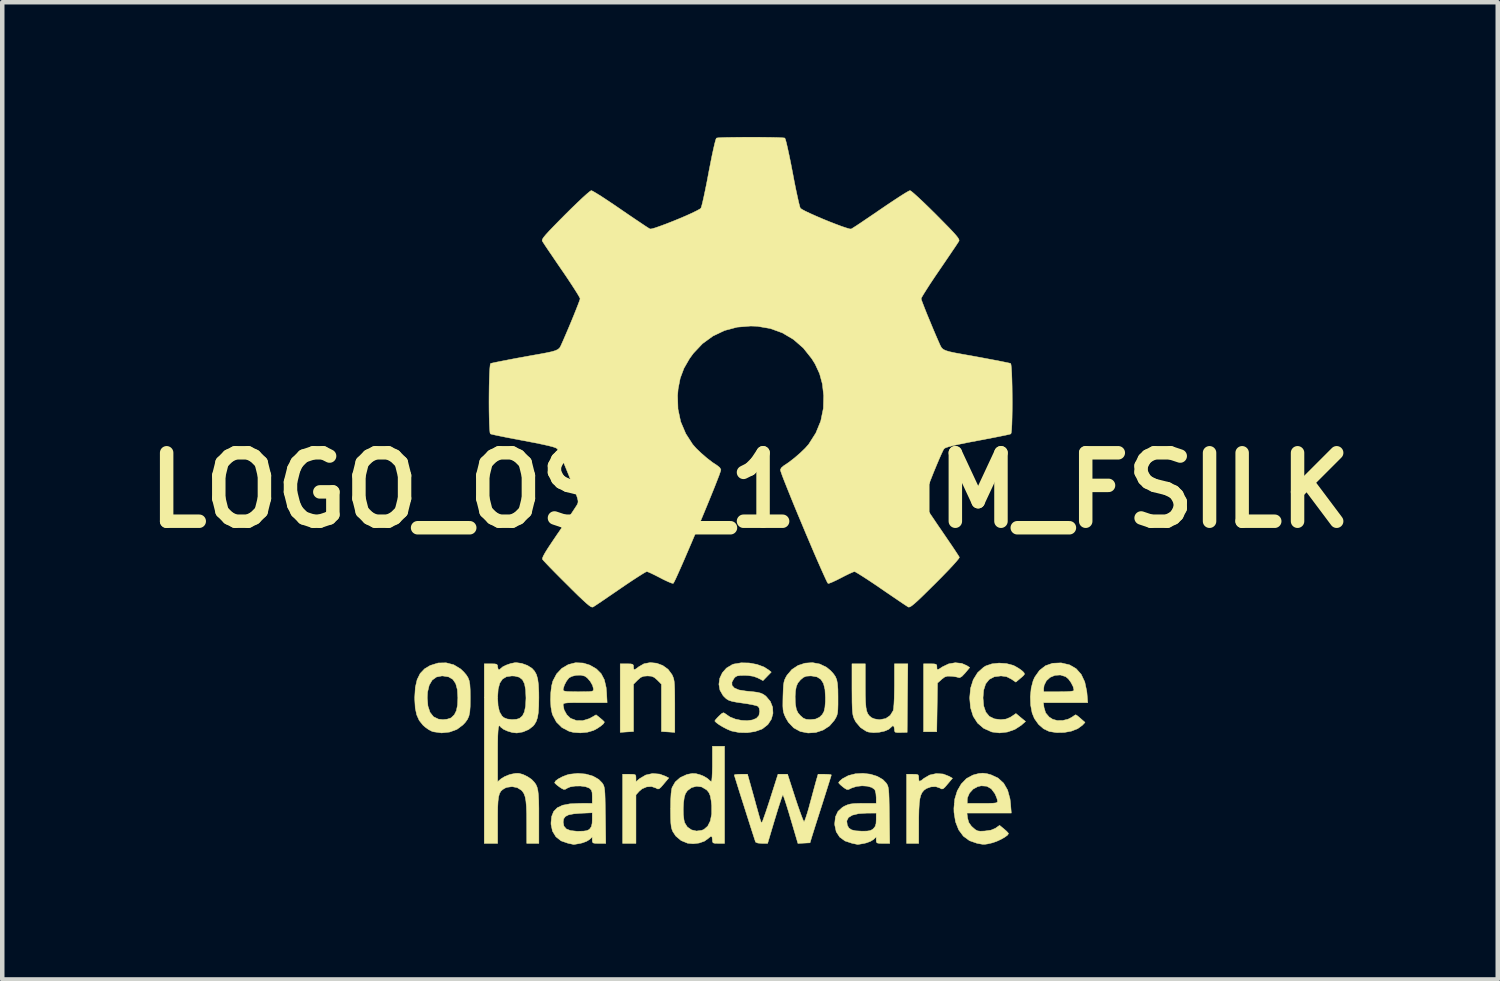
<source format=kicad_pcb>
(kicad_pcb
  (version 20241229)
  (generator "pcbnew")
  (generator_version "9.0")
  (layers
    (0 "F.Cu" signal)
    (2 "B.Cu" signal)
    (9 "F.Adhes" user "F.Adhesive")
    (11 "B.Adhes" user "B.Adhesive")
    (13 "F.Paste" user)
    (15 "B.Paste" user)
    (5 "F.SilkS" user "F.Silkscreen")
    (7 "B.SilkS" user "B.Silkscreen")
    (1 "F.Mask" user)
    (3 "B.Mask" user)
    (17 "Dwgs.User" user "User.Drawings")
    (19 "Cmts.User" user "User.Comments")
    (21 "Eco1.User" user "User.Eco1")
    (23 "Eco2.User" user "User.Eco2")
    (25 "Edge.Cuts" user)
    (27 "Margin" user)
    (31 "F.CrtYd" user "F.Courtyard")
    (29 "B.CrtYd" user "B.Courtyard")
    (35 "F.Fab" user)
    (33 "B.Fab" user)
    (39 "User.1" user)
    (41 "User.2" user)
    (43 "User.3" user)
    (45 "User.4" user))
  (footprint "LOGO_OSH_15MM_FSILK"
    (layer "F.Cu")
    (at 13.651 7.867)
    (property "Reference" "LOGO_OSH_15MM_FSILK" (at 0 0 0) (layer "F.SilkS") (effects (font (size 1.524 1.524) (thickness 0.3))))
    (attr through_hole)
    (fp_poly (pts (xy -2.012 6.32) (xy -1.885 6.367) (xy -1.809 6.406) (xy -1.921 6.539) (xy -1.982 6.61) (xy -2.022 6.645) (xy -2.052 6.652) (xy -2.086 6.636) (xy -2.098 6.629) (xy -2.192 6.597) (xy -2.3 6.604) (xy -2.404 6.648) (xy -2.466 6.7) (xy -2.54 6.783) (xy -2.54 7.863) (xy -2.837 7.863) (xy -2.837 6.323) (xy -2.689 6.323) (xy -2.604 6.324) (xy -2.559 6.333) (xy -2.543 6.357) (xy -2.54 6.404) (xy -2.54 6.49) (xy -2.458 6.421) (xy -2.323 6.341) (xy -2.171 6.307) (xy -2.012 6.32)) (stroke (width 0.01) (type solid)) (fill yes) (layer "F.SilkS"))
    (fp_poly (pts (xy 4.715 3.855) (xy 4.827 3.904) (xy 4.892 3.947) (xy 4.791 4.068) (xy 4.72 4.143) (xy 4.669 4.173) (xy 4.648 4.171) (xy 4.597 4.157) (xy 4.517 4.144) (xy 4.482 4.141) (xy 4.396 4.139) (xy 4.335 4.158) (xy 4.269 4.207) (xy 4.266 4.211) (xy 4.175 4.292) (xy 4.158 5.377) (xy 3.864 5.377) (xy 3.864 3.864) (xy 4.013 3.864) (xy 4.098 3.866) (xy 4.142 3.875) (xy 4.159 3.898) (xy 4.161 3.932) (xy 4.163 3.978) (xy 4.177 3.994) (xy 4.213 3.979) (xy 4.283 3.933) (xy 4.284 3.932) (xy 4.422 3.866) (xy 4.571 3.84) (xy 4.715 3.855)) (stroke (width 0.01) (type solid)) (fill yes) (layer "F.SilkS"))
    (fp_poly (pts (xy 4.301 6.318) (xy 4.436 6.371) (xy 4.508 6.413) (xy 4.399 6.542) (xy 4.339 6.612) (xy 4.3 6.646) (xy 4.269 6.652) (xy 4.234 6.635) (xy 4.225 6.629) (xy 4.136 6.599) (xy 4.03 6.604) (xy 3.929 6.64) (xy 3.872 6.681) (xy 3.833 6.728) (xy 3.804 6.788) (xy 3.783 6.866) (xy 3.769 6.973) (xy 3.761 7.114) (xy 3.757 7.297) (xy 3.757 7.411) (xy 3.756 7.863) (xy 3.486 7.863) (xy 3.486 6.323) (xy 3.621 6.323) (xy 3.701 6.325) (xy 3.741 6.336) (xy 3.754 6.364) (xy 3.756 6.404) (xy 3.76 6.462) (xy 3.777 6.48) (xy 3.818 6.459) (xy 3.868 6.418) (xy 3.999 6.341) (xy 4.148 6.308) (xy 4.301 6.318)) (stroke (width 0.01) (type solid)) (fill yes) (layer "F.SilkS"))
    (fp_poly (pts (xy -2.079 3.851) (xy -1.943 3.902) (xy -1.825 3.987) (xy -1.738 4.104) (xy -1.733 4.114) (xy -1.714 4.157) (xy -1.699 4.202) (xy -1.689 4.257) (xy -1.682 4.331) (xy -1.678 4.432) (xy -1.676 4.567) (xy -1.675 4.746) (xy -1.675 4.812) (xy -1.675 5.391) (xy -1.824 5.381) (xy -1.973 5.372) (xy -1.973 4.318) (xy -2.064 4.226) (xy -2.132 4.167) (xy -2.197 4.14) (xy -2.283 4.134) (xy -2.371 4.141) (xy -2.436 4.168) (xy -2.502 4.226) (xy -2.594 4.318) (xy -2.594 5.372) (xy -2.743 5.381) (xy -2.891 5.391) (xy -2.891 3.864) (xy -2.743 3.864) (xy -2.658 3.866) (xy -2.613 3.875) (xy -2.596 3.898) (xy -2.594 3.932) (xy -2.59 3.982) (xy -2.57 3.994) (xy -2.527 3.969) (xy -2.482 3.933) (xy -2.361 3.863) (xy -2.223 3.837) (xy -2.079 3.851)) (stroke (width 0.01) (type solid)) (fill yes) (layer "F.SilkS"))
    (fp_poly (pts (xy 5.71 3.859) (xy 5.859 3.898) (xy 5.897 3.916) (xy 5.982 3.965) (xy 6.053 4.016) (xy 6.078 4.038) (xy 6.107 4.072) (xy 6.11 4.099) (xy 6.082 4.133) (xy 6.024 4.183) (xy 5.918 4.272) (xy 5.817 4.203) (xy 5.711 4.15) (xy 5.591 4.134) (xy 5.586 4.134) (xy 5.438 4.153) (xy 5.326 4.212) (xy 5.247 4.311) (xy 5.202 4.452) (xy 5.188 4.622) (xy 5.203 4.802) (xy 5.25 4.939) (xy 5.329 5.035) (xy 5.443 5.09) (xy 5.583 5.107) (xy 5.7 5.095) (xy 5.796 5.055) (xy 5.821 5.039) (xy 5.921 4.971) (xy 6.028 5.06) (xy 6.135 5.148) (xy 6.037 5.234) (xy 5.897 5.325) (xy 5.731 5.383) (xy 5.555 5.403) (xy 5.39 5.383) (xy 5.377 5.379) (xy 5.203 5.301) (xy 5.067 5.184) (xy 4.969 5.031) (xy 4.91 4.841) (xy 4.891 4.625) (xy 4.911 4.407) (xy 4.971 4.218) (xy 5.068 4.061) (xy 5.199 3.943) (xy 5.251 3.911) (xy 5.386 3.865) (xy 5.546 3.848) (xy 5.71 3.859)) (stroke (width 0.01) (type solid)) (fill yes) (layer "F.SilkS"))
    (fp_poly (pts (xy 2.567 4.365) (xy 2.568 4.564) (xy 2.573 4.717) (xy 2.582 4.832) (xy 2.598 4.915) (xy 2.622 4.976) (xy 2.656 5.022) (xy 2.701 5.06) (xy 2.708 5.065) (xy 2.773 5.091) (xy 2.863 5.106) (xy 2.893 5.107) (xy 3.021 5.083) (xy 3.122 5.013) (xy 3.189 4.904) (xy 3.197 4.854) (xy 3.205 4.761) (xy 3.211 4.635) (xy 3.214 4.485) (xy 3.216 4.349) (xy 3.216 3.864) (xy 3.514 3.864) (xy 3.506 4.627) (xy 3.499 5.391) (xy 3.357 5.394) (xy 3.275 5.394) (xy 3.233 5.386) (xy 3.218 5.361) (xy 3.216 5.32) (xy 3.205 5.26) (xy 3.179 5.243) (xy 3.146 5.272) (xy 3.087 5.324) (xy 2.991 5.364) (xy 2.873 5.389) (xy 2.751 5.397) (xy 2.639 5.384) (xy 2.589 5.367) (xy 2.463 5.285) (xy 2.359 5.164) (xy 2.321 5.094) (xy 2.304 5.05) (xy 2.291 5) (xy 2.282 4.933) (xy 2.276 4.843) (xy 2.272 4.721) (xy 2.271 4.558) (xy 2.27 4.425) (xy 2.27 3.864) (xy 2.567 3.864) (xy 2.567 4.365)) (stroke (width 0.01) (type solid)) (fill yes) (layer "F.SilkS"))
    (fp_poly (pts (xy -6.597 3.886) (xy -6.444 3.979) (xy -6.371 4.049) (xy -6.317 4.113) (xy -6.279 4.173) (xy -6.253 4.241) (xy -6.238 4.328) (xy -6.231 4.444) (xy -6.229 4.6) (xy -6.229 4.648) (xy -6.231 4.812) (xy -6.24 4.934) (xy -6.259 5.026) (xy -6.291 5.1) (xy -6.34 5.168) (xy -6.395 5.226) (xy -6.528 5.325) (xy -6.69 5.384) (xy -6.867 5.403) (xy -7.047 5.378) (xy -7.079 5.369) (xy -7.152 5.332) (xy -7.237 5.271) (xy -7.285 5.227) (xy -7.367 5.124) (xy -7.422 5.001) (xy -7.455 4.847) (xy -7.466 4.654) (xy -7.466 4.621) (xy -7.187 4.621) (xy -7.172 4.805) (xy -7.125 4.946) (xy -7.048 5.043) (xy -6.938 5.096) (xy -6.84 5.107) (xy -6.747 5.098) (xy -6.67 5.074) (xy -6.653 5.065) (xy -6.584 4.998) (xy -6.538 4.906) (xy -6.513 4.781) (xy -6.506 4.621) (xy -6.517 4.439) (xy -6.554 4.304) (xy -6.618 4.21) (xy -6.712 4.155) (xy -6.839 4.135) (xy -6.86 4.134) (xy -6.982 4.158) (xy -7.077 4.227) (xy -7.143 4.339) (xy -7.18 4.493) (xy -7.187 4.621) (xy -7.466 4.621) (xy -7.466 4.607) (xy -7.453 4.39) (xy -7.413 4.217) (xy -7.346 4.081) (xy -7.247 3.976) (xy -7.123 3.902) (xy -6.945 3.846) (xy -6.767 3.842) (xy -6.597 3.886)) (stroke (width 0.01) (type solid)) (fill yes) (layer "F.SilkS"))
    (fp_poly (pts (xy 6.939 3.846) (xy 7.116 3.888) (xy 7.262 3.973) (xy 7.375 4.1) (xy 7.454 4.268) (xy 7.498 4.475) (xy 7.503 4.519) (xy 7.52 4.729) (xy 6.532 4.729) (xy 6.547 4.839) (xy 6.583 4.958) (xy 6.661 5.049) (xy 6.739 5.099) (xy 6.84 5.127) (xy 6.962 5.126) (xy 7.081 5.098) (xy 7.161 5.057) (xy 7.216 5.019) (xy 7.251 4.999) (xy 7.253 4.999) (xy 7.28 5.015) (xy 7.332 5.057) (xy 7.363 5.084) (xy 7.46 5.169) (xy 7.401 5.232) (xy 7.297 5.308) (xy 7.157 5.363) (xy 6.995 5.393) (xy 6.825 5.396) (xy 6.664 5.371) (xy 6.538 5.312) (xy 6.424 5.212) (xy 6.332 5.082) (xy 6.282 4.96) (xy 6.249 4.785) (xy 6.242 4.596) (xy 6.26 4.415) (xy 6.539 4.415) (xy 6.539 4.486) (xy 6.877 4.486) (xy 7.027 4.484) (xy 7.128 4.479) (xy 7.188 4.47) (xy 7.213 4.457) (xy 7.214 4.452) (xy 7.195 4.373) (xy 7.148 4.281) (xy 7.088 4.199) (xy 7.029 4.15) (xy 6.91 4.113) (xy 6.791 4.121) (xy 6.684 4.165) (xy 6.6 4.241) (xy 6.549 4.342) (xy 6.539 4.415) (xy 6.26 4.415) (xy 6.26 4.409) (xy 6.303 4.244) (xy 6.339 4.162) (xy 6.446 4.011) (xy 6.579 3.907) (xy 6.737 3.852) (xy 6.921 3.844) (xy 6.939 3.846)) (stroke (width 0.01) (type solid)) (fill yes) (layer "F.SilkS"))
    (fp_poly (pts (xy 5.276 6.311) (xy 5.367 6.336) (xy 5.524 6.409) (xy 5.648 6.523) (xy 5.736 6.677) (xy 5.789 6.871) (xy 5.801 6.972) (xy 5.818 7.188) (xy 4.83 7.188) (xy 4.845 7.302) (xy 4.871 7.397) (xy 4.928 7.478) (xy 4.96 7.508) (xy 5.018 7.558) (xy 5.068 7.584) (xy 5.129 7.592) (xy 5.223 7.588) (xy 5.226 7.588) (xy 5.366 7.568) (xy 5.466 7.526) (xy 5.475 7.519) (xy 5.557 7.461) (xy 5.656 7.542) (xy 5.715 7.594) (xy 5.75 7.634) (xy 5.756 7.645) (xy 5.732 7.681) (xy 5.671 7.726) (xy 5.586 7.774) (xy 5.49 7.818) (xy 5.397 7.85) (xy 5.384 7.853) (xy 5.293 7.874) (xy 5.232 7.883) (xy 5.178 7.883) (xy 5.109 7.871) (xy 5.055 7.861) (xy 4.888 7.803) (xy 4.75 7.702) (xy 4.646 7.561) (xy 4.576 7.382) (xy 4.542 7.17) (xy 4.54 7.08) (xy 4.557 6.894) (xy 4.837 6.894) (xy 4.837 6.971) (xy 5.175 6.971) (xy 5.315 6.971) (xy 5.411 6.968) (xy 5.469 6.962) (xy 5.5 6.951) (xy 5.511 6.935) (xy 5.512 6.923) (xy 5.501 6.871) (xy 5.471 6.795) (xy 5.452 6.754) (xy 5.373 6.648) (xy 5.271 6.59) (xy 5.148 6.581) (xy 5.069 6.599) (xy 4.967 6.655) (xy 4.887 6.743) (xy 4.842 6.846) (xy 4.837 6.894) (xy 4.557 6.894) (xy 4.559 6.876) (xy 4.615 6.693) (xy 4.704 6.539) (xy 4.82 6.419) (xy 4.961 6.343) (xy 4.983 6.336) (xy 5.095 6.307) (xy 5.184 6.299) (xy 5.276 6.311)) (stroke (width 0.01) (type solid)) (fill yes) (layer "F.SilkS"))
    (fp_poly (pts (xy -0.567 7.863) (xy -0.703 7.863) (xy -0.783 7.861) (xy -0.822 7.851) (xy -0.836 7.822) (xy -0.838 7.782) (xy -0.846 7.719) (xy -0.872 7.706) (xy -0.92 7.742) (xy -0.931 7.754) (xy -1.016 7.814) (xy -1.134 7.855) (xy -1.266 7.871) (xy -1.39 7.859) (xy -1.534 7.8) (xy -1.653 7.7) (xy -1.719 7.601) (xy -1.739 7.551) (xy -1.754 7.492) (xy -1.763 7.413) (xy -1.768 7.304) (xy -1.77 7.155) (xy -1.77 7.107) (xy -1.769 7.092) (xy -1.487 7.092) (xy -1.484 7.227) (xy -1.47 7.344) (xy -1.456 7.402) (xy -1.396 7.498) (xy -1.304 7.562) (xy -1.192 7.588) (xy -1.074 7.572) (xy -1.026 7.552) (xy -0.942 7.479) (xy -0.884 7.363) (xy -0.854 7.209) (xy -0.854 7.022) (xy -0.865 6.914) (xy -0.884 6.809) (xy -0.912 6.738) (xy -0.955 6.683) (xy -0.972 6.668) (xy -1.076 6.606) (xy -1.19 6.591) (xy -1.301 6.62) (xy -1.394 6.689) (xy -1.439 6.756) (xy -1.464 6.838) (xy -1.48 6.956) (xy -1.487 7.092) (xy -1.769 7.092) (xy -1.767 6.907) (xy -1.758 6.752) (xy -1.743 6.646) (xy -1.734 6.615) (xy -1.665 6.495) (xy -1.555 6.398) (xy -1.415 6.333) (xy -1.382 6.324) (xy -1.285 6.306) (xy -1.206 6.31) (xy -1.112 6.335) (xy -1.025 6.371) (xy -0.954 6.413) (xy -0.931 6.432) (xy -0.887 6.472) (xy -0.86 6.485) (xy -0.852 6.46) (xy -0.846 6.39) (xy -0.841 6.285) (xy -0.838 6.154) (xy -0.838 6.093) (xy -0.838 5.701) (xy -0.567 5.701) (xy -0.567 7.863)) (stroke (width 0.01) (type solid)) (fill yes) (layer "F.SilkS"))
    (fp_poly (pts (xy 1.551 3.868) (xy 1.701 3.94) (xy 1.793 4.015) (xy 1.856 4.084) (xy 1.901 4.148) (xy 1.931 4.22) (xy 1.948 4.311) (xy 1.957 4.431) (xy 1.959 4.592) (xy 1.959 4.623) (xy 1.959 4.771) (xy 1.956 4.876) (xy 1.95 4.951) (xy 1.937 5.006) (xy 1.917 5.054) (xy 1.887 5.106) (xy 1.878 5.121) (xy 1.77 5.247) (xy 1.628 5.339) (xy 1.466 5.393) (xy 1.293 5.405) (xy 1.123 5.372) (xy 1.121 5.372) (xy 0.974 5.292) (xy 0.855 5.167) (xy 0.797 5.069) (xy 0.767 5.004) (xy 0.747 4.946) (xy 0.736 4.884) (xy 0.731 4.803) (xy 0.732 4.69) (xy 0.734 4.589) (xy 1.005 4.589) (xy 1.008 4.721) (xy 1.013 4.775) (xy 1.032 4.879) (xy 1.067 4.954) (xy 1.121 5.018) (xy 1.186 5.074) (xy 1.248 5.1) (xy 1.335 5.107) (xy 1.345 5.107) (xy 1.459 5.095) (xy 1.543 5.056) (xy 1.552 5.049) (xy 1.609 4.994) (xy 1.647 4.926) (xy 1.668 4.834) (xy 1.678 4.706) (xy 1.679 4.616) (xy 1.669 4.437) (xy 1.636 4.303) (xy 1.578 4.211) (xy 1.492 4.156) (xy 1.374 4.135) (xy 1.342 4.134) (xy 1.253 4.14) (xy 1.189 4.166) (xy 1.124 4.221) (xy 1.121 4.224) (xy 1.064 4.293) (xy 1.031 4.369) (xy 1.013 4.467) (xy 1.005 4.589) (xy 0.734 4.589) (xy 0.734 4.586) (xy 0.739 4.444) (xy 0.745 4.343) (xy 0.756 4.271) (xy 0.773 4.214) (xy 0.799 4.161) (xy 0.824 4.118) (xy 0.932 3.991) (xy 1.069 3.901) (xy 1.224 3.85) (xy 1.389 3.838) (xy 1.551 3.868)) (stroke (width 0.01) (type solid)) (fill yes) (layer "F.SilkS"))
    (fp_poly (pts (xy -3.716 3.847) (xy -3.567 3.893) (xy -3.421 3.978) (xy -3.315 4.084) (xy -3.244 4.219) (xy -3.204 4.391) (xy -3.194 4.506) (xy -3.182 4.729) (xy -3.672 4.729) (xy -3.845 4.729) (xy -3.972 4.73) (xy -4.059 4.733) (xy -4.115 4.739) (xy -4.145 4.748) (xy -4.158 4.762) (xy -4.161 4.781) (xy -4.161 4.784) (xy -4.139 4.892) (xy -4.081 4.997) (xy -4 5.075) (xy -3.994 5.079) (xy -3.867 5.127) (xy -3.725 5.129) (xy -3.582 5.086) (xy -3.545 5.067) (xy -3.428 5) (xy -3.335 5.074) (xy -3.279 5.122) (xy -3.246 5.156) (xy -3.243 5.163) (xy -3.265 5.2) (xy -3.322 5.249) (xy -3.4 5.302) (xy -3.486 5.348) (xy -3.62 5.387) (xy -3.777 5.402) (xy -3.933 5.391) (xy -4.028 5.367) (xy -4.188 5.283) (xy -4.312 5.16) (xy -4.396 5.002) (xy -4.409 4.959) (xy -4.433 4.828) (xy -4.442 4.669) (xy -4.436 4.503) (xy -4.429 4.444) (xy -4.161 4.444) (xy -4.154 4.462) (xy -4.126 4.473) (xy -4.07 4.481) (xy -3.976 4.484) (xy -3.838 4.486) (xy -3.824 4.486) (xy -3.684 4.485) (xy -3.589 4.483) (xy -3.531 4.478) (xy -3.5 4.468) (xy -3.488 4.45) (xy -3.486 4.425) (xy -3.486 4.422) (xy -3.506 4.345) (xy -3.556 4.257) (xy -3.623 4.179) (xy -3.676 4.14) (xy -3.763 4.117) (xy -3.87 4.119) (xy -3.97 4.144) (xy -4.031 4.178) (xy -4.085 4.246) (xy -4.132 4.334) (xy -4.159 4.419) (xy -4.161 4.444) (xy -4.429 4.444) (xy -4.417 4.351) (xy -4.391 4.249) (xy -4.307 4.089) (xy -4.19 3.965) (xy -4.046 3.881) (xy -3.886 3.84) (xy -3.716 3.847)) (stroke (width 0.01) (type solid)) (fill yes) (layer "F.SilkS"))
    (fp_poly (pts (xy -0.02 3.846) (xy 0.155 3.878) (xy 0.312 3.936) (xy 0.411 3.999) (xy 0.473 4.049) (xy 0.289 4.239) (xy 0.178 4.181) (xy 0.079 4.143) (xy -0.041 4.125) (xy -0.117 4.122) (xy -0.219 4.124) (xy -0.283 4.133) (xy -0.324 4.154) (xy -0.354 4.185) (xy -0.403 4.272) (xy -0.401 4.345) (xy -0.349 4.403) (xy -0.248 4.446) (xy -0.099 4.47) (xy -0.09 4.471) (xy 0.056 4.485) (xy 0.159 4.498) (xy 0.233 4.516) (xy 0.289 4.54) (xy 0.338 4.573) (xy 0.356 4.588) (xy 0.452 4.701) (xy 0.503 4.83) (xy 0.511 4.966) (xy 0.475 5.098) (xy 0.398 5.216) (xy 0.28 5.309) (xy 0.262 5.319) (xy 0.112 5.372) (xy -0.063 5.398) (xy -0.243 5.394) (xy -0.408 5.361) (xy -0.424 5.356) (xy -0.511 5.319) (xy -0.604 5.271) (xy -0.688 5.22) (xy -0.752 5.173) (xy -0.783 5.14) (xy -0.784 5.136) (xy -0.766 5.108) (xy -0.721 5.058) (xy -0.69 5.027) (xy -0.632 4.973) (xy -0.595 4.954) (xy -0.566 4.964) (xy -0.547 4.979) (xy -0.446 5.048) (xy -0.325 5.096) (xy -0.194 5.123) (xy -0.064 5.13) (xy 0.051 5.115) (xy 0.142 5.078) (xy 0.197 5.018) (xy 0.199 5.011) (xy 0.216 4.925) (xy 0.203 4.848) (xy 0.178 4.811) (xy 0.136 4.795) (xy 0.053 4.775) (xy -0.056 4.755) (xy -0.146 4.742) (xy -0.293 4.721) (xy -0.397 4.701) (xy -0.472 4.677) (xy -0.527 4.644) (xy -0.575 4.599) (xy -0.602 4.569) (xy -0.67 4.45) (xy -0.693 4.319) (xy -0.674 4.186) (xy -0.616 4.063) (xy -0.524 3.959) (xy -0.4 3.884) (xy -0.359 3.869) (xy -0.197 3.842) (xy -0.02 3.846)) (stroke (width 0.01) (type solid)) (fill yes) (layer "F.SilkS"))
    (fp_poly (pts (xy -3.657 6.319) (xy -3.498 6.365) (xy -3.369 6.438) (xy -3.294 6.515) (xy -3.273 6.546) (xy -3.257 6.578) (xy -3.246 6.618) (xy -3.237 6.674) (xy -3.231 6.753) (xy -3.227 6.862) (xy -3.224 7.01) (xy -3.221 7.203) (xy -3.22 7.235) (xy -3.212 7.863) (xy -3.362 7.863) (xy -3.448 7.862) (xy -3.493 7.853) (xy -3.51 7.83) (xy -3.513 7.791) (xy -3.513 7.719) (xy -3.575 7.777) (xy -3.638 7.816) (xy -3.728 7.85) (xy -3.781 7.863) (xy -3.861 7.877) (xy -3.915 7.886) (xy -3.929 7.887) (xy -3.954 7.881) (xy -4.016 7.868) (xy -4.053 7.86) (xy -4.207 7.807) (xy -4.323 7.715) (xy -4.399 7.59) (xy -4.431 7.437) (xy -4.431 7.407) (xy -4.43 7.389) (xy -4.161 7.389) (xy -4.144 7.479) (xy -4.091 7.541) (xy -3.996 7.578) (xy -3.857 7.593) (xy -3.82 7.593) (xy -3.709 7.59) (xy -3.637 7.58) (xy -3.59 7.559) (xy -3.567 7.539) (xy -3.532 7.488) (xy -3.516 7.414) (xy -3.513 7.333) (xy -3.513 7.181) (xy -3.766 7.192) (xy -3.926 7.205) (xy -4.039 7.227) (xy -4.112 7.264) (xy -4.15 7.317) (xy -4.161 7.389) (xy -4.43 7.389) (xy -4.417 7.263) (xy -4.372 7.151) (xy -4.291 7.069) (xy -4.172 7.013) (xy -4.01 6.982) (xy -3.803 6.972) (xy -3.513 6.971) (xy -3.513 6.823) (xy -3.516 6.734) (xy -3.531 6.68) (xy -3.563 6.644) (xy -3.581 6.631) (xy -3.663 6.6) (xy -3.776 6.585) (xy -3.897 6.587) (xy -4.005 6.605) (xy -4.066 6.631) (xy -4.112 6.658) (xy -4.149 6.661) (xy -4.196 6.638) (xy -4.245 6.605) (xy -4.307 6.558) (xy -4.345 6.521) (xy -4.35 6.51) (xy -4.327 6.47) (xy -4.264 6.424) (xy -4.177 6.378) (xy -4.079 6.34) (xy -4.015 6.323) (xy -3.833 6.304) (xy -3.657 6.319)) (stroke (width 0.01) (type solid)) (fill yes) (layer "F.SilkS"))
    (fp_poly (pts (xy 2.679 6.322) (xy 2.831 6.369) (xy 2.957 6.441) (xy 3.029 6.515) (xy 3.05 6.546) (xy 3.066 6.578) (xy 3.077 6.618) (xy 3.086 6.674) (xy 3.092 6.753) (xy 3.096 6.862) (xy 3.099 7.01) (xy 3.102 7.203) (xy 3.102 7.235) (xy 3.111 7.863) (xy 2.961 7.863) (xy 2.875 7.862) (xy 2.83 7.853) (xy 2.813 7.83) (xy 2.81 7.791) (xy 2.81 7.719) (xy 2.748 7.777) (xy 2.685 7.816) (xy 2.595 7.85) (xy 2.542 7.863) (xy 2.462 7.877) (xy 2.408 7.886) (xy 2.394 7.887) (xy 2.369 7.881) (xy 2.308 7.868) (xy 2.276 7.862) (xy 2.115 7.809) (xy 1.996 7.722) (xy 1.919 7.603) (xy 1.887 7.454) (xy 1.886 7.421) (xy 1.892 7.363) (xy 2.154 7.363) (xy 2.166 7.458) (xy 2.201 7.52) (xy 2.26 7.561) (xy 2.353 7.583) (xy 2.489 7.591) (xy 2.498 7.591) (xy 2.604 7.589) (xy 2.674 7.579) (xy 2.722 7.555) (xy 2.748 7.534) (xy 2.787 7.485) (xy 2.806 7.42) (xy 2.81 7.332) (xy 2.81 7.188) (xy 2.601 7.189) (xy 2.415 7.201) (xy 2.279 7.234) (xy 2.191 7.288) (xy 2.154 7.363) (xy 1.892 7.363) (xy 1.903 7.269) (xy 1.959 7.15) (xy 2.058 7.06) (xy 2.107 7.032) (xy 2.171 7.004) (xy 2.237 6.986) (xy 2.319 6.976) (xy 2.433 6.972) (xy 2.519 6.971) (xy 2.81 6.971) (xy 2.81 6.842) (xy 2.803 6.754) (xy 2.785 6.683) (xy 2.775 6.663) (xy 2.711 6.617) (xy 2.612 6.589) (xy 2.495 6.581) (xy 2.374 6.594) (xy 2.266 6.628) (xy 2.239 6.641) (xy 2.192 6.664) (xy 2.153 6.662) (xy 2.102 6.631) (xy 2.07 6.607) (xy 2.012 6.558) (xy 1.977 6.52) (xy 1.973 6.51) (xy 1.992 6.481) (xy 2.042 6.437) (xy 2.06 6.422) (xy 2.192 6.352) (xy 2.347 6.313) (xy 2.514 6.303) (xy 2.679 6.322)) (stroke (width 0.01) (type solid)) (fill yes) (layer "F.SilkS"))
    (fp_poly (pts (xy -0.016 6.465) (xy 0.007 6.546) (xy 0.04 6.664) (xy 0.079 6.803) (xy 0.119 6.948) (xy 0.121 6.958) (xy 0.167 7.122) (xy 0.2 7.24) (xy 0.223 7.32) (xy 0.239 7.368) (xy 0.249 7.392) (xy 0.258 7.397) (xy 0.265 7.391) (xy 0.27 7.386) (xy 0.284 7.355) (xy 0.311 7.279) (xy 0.35 7.169) (xy 0.396 7.031) (xy 0.447 6.875) (xy 0.457 6.843) (xy 0.623 6.323) (xy 0.836 6.323) (xy 1.007 6.851) (xy 1.06 7.01) (xy 1.109 7.15) (xy 1.15 7.263) (xy 1.182 7.342) (xy 1.201 7.378) (xy 1.203 7.38) (xy 1.218 7.355) (xy 1.243 7.287) (xy 1.276 7.185) (xy 1.313 7.058) (xy 1.33 6.993) (xy 1.371 6.843) (xy 1.41 6.698) (xy 1.444 6.573) (xy 1.469 6.482) (xy 1.474 6.465) (xy 1.515 6.323) (xy 1.663 6.323) (xy 1.744 6.326) (xy 1.797 6.332) (xy 1.81 6.338) (xy 1.803 6.368) (xy 1.78 6.441) (xy 1.746 6.55) (xy 1.702 6.69) (xy 1.651 6.851) (xy 1.619 6.953) (xy 1.561 7.134) (xy 1.506 7.306) (xy 1.457 7.46) (xy 1.417 7.587) (xy 1.389 7.676) (xy 1.381 7.701) (xy 1.336 7.85) (xy 1.201 7.857) (xy 1.067 7.865) (xy 0.907 7.324) (xy 0.859 7.162) (xy 0.815 7.02) (xy 0.778 6.905) (xy 0.75 6.824) (xy 0.733 6.785) (xy 0.731 6.782) (xy 0.719 6.807) (xy 0.694 6.876) (xy 0.659 6.982) (xy 0.616 7.116) (xy 0.569 7.272) (xy 0.553 7.323) (xy 0.392 7.863) (xy 0.263 7.863) (xy 0.175 7.856) (xy 0.127 7.837) (xy 0.122 7.829) (xy 0.103 7.773) (xy 0.072 7.677) (xy 0.031 7.551) (xy -0.016 7.403) (xy -0.068 7.24) (xy -0.122 7.069) (xy -0.176 6.9) (xy -0.227 6.74) (xy -0.272 6.596) (xy -0.309 6.477) (xy -0.336 6.391) (xy -0.35 6.345) (xy -0.351 6.339) (xy -0.327 6.33) (xy -0.264 6.324) (xy -0.203 6.323) (xy -0.056 6.323) (xy -0.016 6.465)) (stroke (width 0.01) (type solid)) (fill yes) (layer "F.SilkS"))
    (fp_poly (pts (xy -5.083 3.855) (xy -4.956 3.901) (xy -4.854 3.966) (xy -4.798 4.028) (xy -4.756 4.104) (xy -4.728 4.202) (xy -4.711 4.331) (xy -4.703 4.501) (xy -4.702 4.615) (xy -4.705 4.804) (xy -4.714 4.95) (xy -4.732 5.06) (xy -4.76 5.145) (xy -4.801 5.215) (xy -4.831 5.251) (xy -4.929 5.327) (xy -5.056 5.381) (xy -5.189 5.404) (xy -5.202 5.404) (xy -5.296 5.393) (xy -5.397 5.363) (xy -5.487 5.323) (xy -5.546 5.279) (xy -5.553 5.27) (xy -5.573 5.245) (xy -5.59 5.248) (xy -5.602 5.283) (xy -5.61 5.354) (xy -5.616 5.466) (xy -5.619 5.623) (xy -5.62 5.829) (xy -5.62 5.866) (xy -5.62 6.49) (xy -5.54 6.422) (xy -5.466 6.377) (xy -5.367 6.336) (xy -5.311 6.321) (xy -5.215 6.303) (xy -5.143 6.304) (xy -5.067 6.325) (xy -5.043 6.334) (xy -4.951 6.379) (xy -4.868 6.435) (xy -4.849 6.453) (xy -4.803 6.502) (xy -4.768 6.551) (xy -4.742 6.61) (xy -4.724 6.685) (xy -4.712 6.784) (xy -4.705 6.914) (xy -4.702 7.084) (xy -4.702 7.281) (xy -4.702 7.863) (xy -4.972 7.863) (xy -4.973 7.411) (xy -4.974 7.202) (xy -4.98 7.04) (xy -4.991 6.917) (xy -5.008 6.825) (xy -5.033 6.757) (xy -5.067 6.705) (xy -5.088 6.681) (xy -5.182 6.622) (xy -5.297 6.599) (xy -5.414 6.615) (xy -5.453 6.631) (xy -5.507 6.663) (xy -5.548 6.701) (xy -5.578 6.753) (xy -5.598 6.825) (xy -5.611 6.926) (xy -5.618 7.062) (xy -5.62 7.242) (xy -5.62 7.348) (xy -5.62 7.863) (xy -5.918 7.863) (xy -5.918 4.621) (xy -5.62 4.621) (xy -5.61 4.798) (xy -5.579 4.931) (xy -5.525 5.024) (xy -5.482 5.063) (xy -5.406 5.093) (xy -5.304 5.106) (xy -5.202 5.1) (xy -5.133 5.079) (xy -5.068 5.024) (xy -5.024 4.935) (xy -4.998 4.807) (xy -4.989 4.634) (xy -4.989 4.621) (xy -4.997 4.442) (xy -5.021 4.31) (xy -5.067 4.219) (xy -5.137 4.163) (xy -5.235 4.138) (xy -5.302 4.134) (xy -5.422 4.151) (xy -5.511 4.203) (xy -5.572 4.294) (xy -5.608 4.427) (xy -5.62 4.607) (xy -5.62 4.621) (xy -5.918 4.621) (xy -5.918 3.864) (xy -5.769 3.864) (xy -5.684 3.866) (xy -5.64 3.875) (xy -5.623 3.898) (xy -5.62 3.932) (xy -5.608 3.986) (xy -5.58 3.997) (xy -5.551 3.969) (xy -5.506 3.931) (xy -5.426 3.892) (xy -5.331 3.859) (xy -5.239 3.84) (xy -5.207 3.838) (xy -5.083 3.855)) (stroke (width 0.01) (type solid)) (fill yes) (layer "F.SilkS"))
    (fp_poly (pts (xy 0.151 -7.862) (xy 0.322 -7.86) (xy 0.477 -7.858) (xy 0.609 -7.855) (xy 0.708 -7.85) (xy 0.765 -7.845) (xy 0.775 -7.842) (xy 0.789 -7.811) (xy 0.81 -7.734) (xy 0.837 -7.617) (xy 0.869 -7.469) (xy 0.905 -7.295) (xy 0.942 -7.103) (xy 0.947 -7.079) (xy 0.984 -6.883) (xy 1.02 -6.703) (xy 1.054 -6.545) (xy 1.082 -6.418) (xy 1.105 -6.328) (xy 1.119 -6.284) (xy 1.12 -6.282) (xy 1.155 -6.256) (xy 1.231 -6.215) (xy 1.339 -6.164) (xy 1.469 -6.106) (xy 1.613 -6.044) (xy 1.762 -5.983) (xy 1.906 -5.927) (xy 2.036 -5.878) (xy 2.144 -5.842) (xy 2.219 -5.82) (xy 2.252 -5.818) (xy 2.284 -5.837) (xy 2.355 -5.882) (xy 2.458 -5.95) (xy 2.586 -6.037) (xy 2.734 -6.137) (xy 2.896 -6.248) (xy 2.905 -6.254) (xy 3.067 -6.364) (xy 3.217 -6.464) (xy 3.347 -6.549) (xy 3.452 -6.615) (xy 3.526 -6.658) (xy 3.562 -6.674) (xy 3.563 -6.674) (xy 3.593 -6.656) (xy 3.656 -6.603) (xy 3.746 -6.522) (xy 3.858 -6.417) (xy 3.986 -6.293) (xy 4.126 -6.155) (xy 4.144 -6.137) (xy 4.303 -5.976) (xy 4.428 -5.849) (xy 4.521 -5.751) (xy 4.586 -5.678) (xy 4.628 -5.625) (xy 4.65 -5.588) (xy 4.656 -5.562) (xy 4.652 -5.549) (xy 4.63 -5.514) (xy 4.582 -5.441) (xy 4.511 -5.336) (xy 4.423 -5.206) (xy 4.322 -5.057) (xy 4.218 -4.905) (xy 4.109 -4.745) (xy 4.011 -4.598) (xy 3.929 -4.47) (xy 3.865 -4.368) (xy 3.824 -4.298) (xy 3.81 -4.266) (xy 3.82 -4.231) (xy 3.848 -4.156) (xy 3.89 -4.048) (xy 3.942 -3.917) (xy 4.002 -3.773) (xy 4.064 -3.623) (xy 4.126 -3.476) (xy 4.184 -3.342) (xy 4.234 -3.229) (xy 4.243 -3.211) (xy 4.267 -3.17) (xy 4.302 -3.138) (xy 4.358 -3.111) (xy 4.441 -3.086) (xy 4.561 -3.06) (xy 4.726 -3.03) (xy 4.729 -3.029) (xy 4.902 -2.999) (xy 5.082 -2.966) (xy 5.259 -2.933) (xy 5.424 -2.902) (xy 5.57 -2.874) (xy 5.688 -2.85) (xy 5.769 -2.833) (xy 5.803 -2.824) (xy 5.812 -2.795) (xy 5.82 -2.72) (xy 5.827 -2.607) (xy 5.832 -2.466) (xy 5.836 -2.303) (xy 5.838 -2.129) (xy 5.839 -1.95) (xy 5.838 -1.775) (xy 5.835 -1.613) (xy 5.831 -1.471) (xy 5.825 -1.359) (xy 5.817 -1.284) (xy 5.808 -1.256) (xy 5.775 -1.246) (xy 5.696 -1.228) (xy 5.578 -1.204) (xy 5.429 -1.174) (xy 5.256 -1.141) (xy 5.073 -1.106) (xy 4.839 -1.062) (xy 4.655 -1.024) (xy 4.515 -0.993) (xy 4.416 -0.967) (xy 4.353 -0.945) (xy 4.322 -0.926) (xy 4.299 -0.888) (xy 4.261 -0.807) (xy 4.21 -0.692) (xy 4.15 -0.55) (xy 4.084 -0.39) (xy 4.056 -0.319) (xy 3.983 -0.134) (xy 3.929 0.008) (xy 3.891 0.113) (xy 3.868 0.188) (xy 3.858 0.24) (xy 3.857 0.276) (xy 3.866 0.302) (xy 3.866 0.303) (xy 3.89 0.342) (xy 3.94 0.418) (xy 4.012 0.526) (xy 4.1 0.656) (xy 4.2 0.804) (xy 4.274 0.911) (xy 4.378 1.064) (xy 4.473 1.203) (xy 4.553 1.322) (xy 4.614 1.415) (xy 4.652 1.474) (xy 4.662 1.492) (xy 4.647 1.521) (xy 4.597 1.582) (xy 4.516 1.673) (xy 4.408 1.788) (xy 4.276 1.924) (xy 4.125 2.076) (xy 4.124 2.077) (xy 3.961 2.238) (xy 3.832 2.365) (xy 3.732 2.46) (xy 3.657 2.527) (xy 3.602 2.571) (xy 3.564 2.595) (xy 3.538 2.602) (xy 3.522 2.599) (xy 3.487 2.576) (xy 3.414 2.528) (xy 3.309 2.457) (xy 3.181 2.37) (xy 3.034 2.27) (xy 2.919 2.191) (xy 2.765 2.086) (xy 2.624 1.992) (xy 2.503 1.914) (xy 2.409 1.855) (xy 2.347 1.819) (xy 2.327 1.81) (xy 2.288 1.823) (xy 2.213 1.856) (xy 2.115 1.904) (xy 2.032 1.947) (xy 1.924 2.002) (xy 1.831 2.045) (xy 1.764 2.071) (xy 1.738 2.075) (xy 1.721 2.05) (xy 1.687 1.98) (xy 1.637 1.871) (xy 1.574 1.73) (xy 1.5 1.562) (xy 1.418 1.373) (xy 1.331 1.168) (xy 1.24 0.954) (xy 1.149 0.736) (xy 1.058 0.519) (xy 0.972 0.311) (xy 0.893 0.116) (xy 0.822 -0.06) (xy 0.762 -0.211) (xy 0.716 -0.331) (xy 0.687 -0.414) (xy 0.676 -0.455) (xy 0.676 -0.456) (xy 0.697 -0.5) (xy 0.749 -0.545) (xy 0.755 -0.549) (xy 0.867 -0.624) (xy 0.993 -0.722) (xy 1.119 -0.831) (xy 1.229 -0.937) (xy 1.305 -1.023) (xy 1.466 -1.276) (xy 1.575 -1.542) (xy 1.633 -1.825) (xy 1.64 -2.108) (xy 1.611 -2.367) (xy 1.549 -2.596) (xy 1.449 -2.812) (xy 1.374 -2.932) (xy 1.187 -3.167) (xy 0.968 -3.358) (xy 0.722 -3.504) (xy 0.452 -3.602) (xy 0.16 -3.652) (xy 0.014 -3.657) (xy -0.287 -3.632) (xy -0.568 -3.557) (xy -0.826 -3.434) (xy -1.058 -3.265) (xy -1.261 -3.05) (xy -1.347 -2.932) (xy -1.471 -2.717) (xy -1.554 -2.497) (xy -1.601 -2.256) (xy -1.613 -2.108) (xy -1.604 -1.809) (xy -1.544 -1.527) (xy -1.431 -1.261) (xy -1.278 -1.023) (xy -1.198 -0.932) (xy -1.087 -0.826) (xy -0.961 -0.717) (xy -0.835 -0.62) (xy -0.728 -0.549) (xy -0.674 -0.505) (xy -0.649 -0.46) (xy -0.649 -0.456) (xy -0.659 -0.417) (xy -0.687 -0.336) (xy -0.733 -0.218) (xy -0.791 -0.069) (xy -0.862 0.106) (xy -0.941 0.3) (xy -1.027 0.508) (xy -1.117 0.724) (xy -1.208 0.942) (xy -1.299 1.157) (xy -1.387 1.362) (xy -1.469 1.553) (xy -1.543 1.722) (xy -1.607 1.865) (xy -1.657 1.975) (xy -1.693 2.047) (xy -1.711 2.075) (xy -1.711 2.075) (xy -1.75 2.066) (xy -1.824 2.036) (xy -1.922 1.99) (xy -2.005 1.947) (xy -2.114 1.891) (xy -2.207 1.846) (xy -2.274 1.817) (xy -2.3 1.81) (xy -2.332 1.825) (xy -2.402 1.867) (xy -2.503 1.931) (xy -2.629 2.013) (xy -2.774 2.11) (xy -2.892 2.191) (xy -3.047 2.297) (xy -3.189 2.394) (xy -3.312 2.478) (xy -3.409 2.543) (xy -3.473 2.585) (xy -3.495 2.599) (xy -3.515 2.602) (xy -3.543 2.593) (xy -3.584 2.565) (xy -3.642 2.517) (xy -3.722 2.444) (xy -3.829 2.343) (xy -3.965 2.209) (xy -4.071 2.103) (xy -4.211 1.964) (xy -4.338 1.836) (xy -4.448 1.724) (xy -4.535 1.633) (xy -4.595 1.569) (xy -4.621 1.538) (xy -4.622 1.537) (xy -4.622 1.512) (xy -4.603 1.464) (xy -4.563 1.391) (xy -4.499 1.288) (xy -4.408 1.151) (xy -4.289 0.975) (xy -4.266 0.943) (xy -4.159 0.786) (xy -4.06 0.641) (xy -3.975 0.514) (xy -3.907 0.411) (xy -3.862 0.342) (xy -3.847 0.316) (xy -3.835 0.289) (xy -3.829 0.26) (xy -3.832 0.221) (xy -3.846 0.166) (xy -3.872 0.087) (xy -3.913 -0.023) (xy -3.97 -0.17) (xy -4.029 -0.319) (xy -4.096 -0.484) (xy -4.158 -0.635) (xy -4.214 -0.762) (xy -4.258 -0.858) (xy -4.288 -0.916) (xy -4.295 -0.926) (xy -4.326 -0.945) (xy -4.389 -0.967) (xy -4.489 -0.993) (xy -4.629 -1.024) (xy -4.815 -1.062) (xy -5.046 -1.106) (xy -5.236 -1.142) (xy -5.408 -1.175) (xy -5.556 -1.205) (xy -5.672 -1.229) (xy -5.75 -1.247) (xy -5.781 -1.256) (xy -5.791 -1.287) (xy -5.798 -1.364) (xy -5.804 -1.479) (xy -5.808 -1.621) (xy -5.811 -1.784) (xy -5.812 -1.96) (xy -5.811 -2.138) (xy -5.809 -2.313) (xy -5.805 -2.474) (xy -5.8 -2.614) (xy -5.793 -2.725) (xy -5.785 -2.798) (xy -5.776 -2.824) (xy -5.735 -2.834) (xy -5.651 -2.852) (xy -5.53 -2.876) (xy -5.381 -2.905) (xy -5.214 -2.937) (xy -5.036 -2.969) (xy -4.857 -3.002) (xy -4.702 -3.029) (xy -4.536 -3.06) (xy -4.415 -3.086) (xy -4.331 -3.111) (xy -4.276 -3.138) (xy -4.24 -3.17) (xy -4.216 -3.21) (xy -4.216 -3.211) (xy -4.168 -3.318) (xy -4.111 -3.449) (xy -4.049 -3.594) (xy -3.986 -3.744) (xy -3.926 -3.89) (xy -3.872 -4.025) (xy -3.828 -4.137) (xy -3.797 -4.22) (xy -3.783 -4.263) (xy -3.783 -4.266) (xy -3.798 -4.3) (xy -3.839 -4.371) (xy -3.904 -4.474) (xy -3.987 -4.602) (xy -4.085 -4.75) (xy -4.191 -4.905) (xy -4.301 -5.065) (xy -4.401 -5.213) (xy -4.489 -5.342) (xy -4.558 -5.445) (xy -4.605 -5.517) (xy -4.625 -5.549) (xy -4.629 -5.568) (xy -4.619 -5.596) (xy -4.592 -5.637) (xy -4.544 -5.695) (xy -4.471 -5.775) (xy -4.37 -5.88) (xy -4.237 -6.016) (xy -4.117 -6.137) (xy -3.977 -6.276) (xy -3.846 -6.402) (xy -3.732 -6.51) (xy -3.638 -6.595) (xy -3.571 -6.651) (xy -3.536 -6.674) (xy -3.534 -6.674) (xy -3.5 -6.659) (xy -3.428 -6.617) (xy -3.324 -6.553) (xy -3.195 -6.468) (xy -3.046 -6.369) (xy -2.885 -6.259) (xy -2.878 -6.254) (xy -2.716 -6.143) (xy -2.567 -6.042) (xy -2.437 -5.955) (xy -2.333 -5.885) (xy -2.261 -5.839) (xy -2.227 -5.819) (xy -2.227 -5.818) (xy -2.187 -5.822) (xy -2.107 -5.845) (xy -1.996 -5.884) (xy -1.863 -5.933) (xy -1.718 -5.99) (xy -1.569 -6.051) (xy -1.426 -6.112) (xy -1.298 -6.17) (xy -1.193 -6.221) (xy -1.121 -6.26) (xy -1.093 -6.282) (xy -1.079 -6.322) (xy -1.057 -6.408) (xy -1.029 -6.532) (xy -0.996 -6.688) (xy -0.96 -6.866) (xy -0.923 -7.061) (xy -0.92 -7.079) (xy -0.882 -7.273) (xy -0.847 -7.449) (xy -0.814 -7.601) (xy -0.786 -7.722) (xy -0.764 -7.804) (xy -0.749 -7.841) (xy -0.748 -7.842) (xy -0.713 -7.848) (xy -0.632 -7.853) (xy -0.514 -7.857) (xy -0.368 -7.859) (xy -0.203 -7.861) (xy -0.027 -7.862) (xy 0.151 -7.862)) (stroke (width 0.01) (type solid)) (fill yes) (layer "F.SilkS")))
  (gr_rect
    (start -3 -3)
    (end 30.301 18.759)
    (stroke (width 0.1) (type default))
    (fill no)
    (layer "Edge.Cuts")))
</source>
